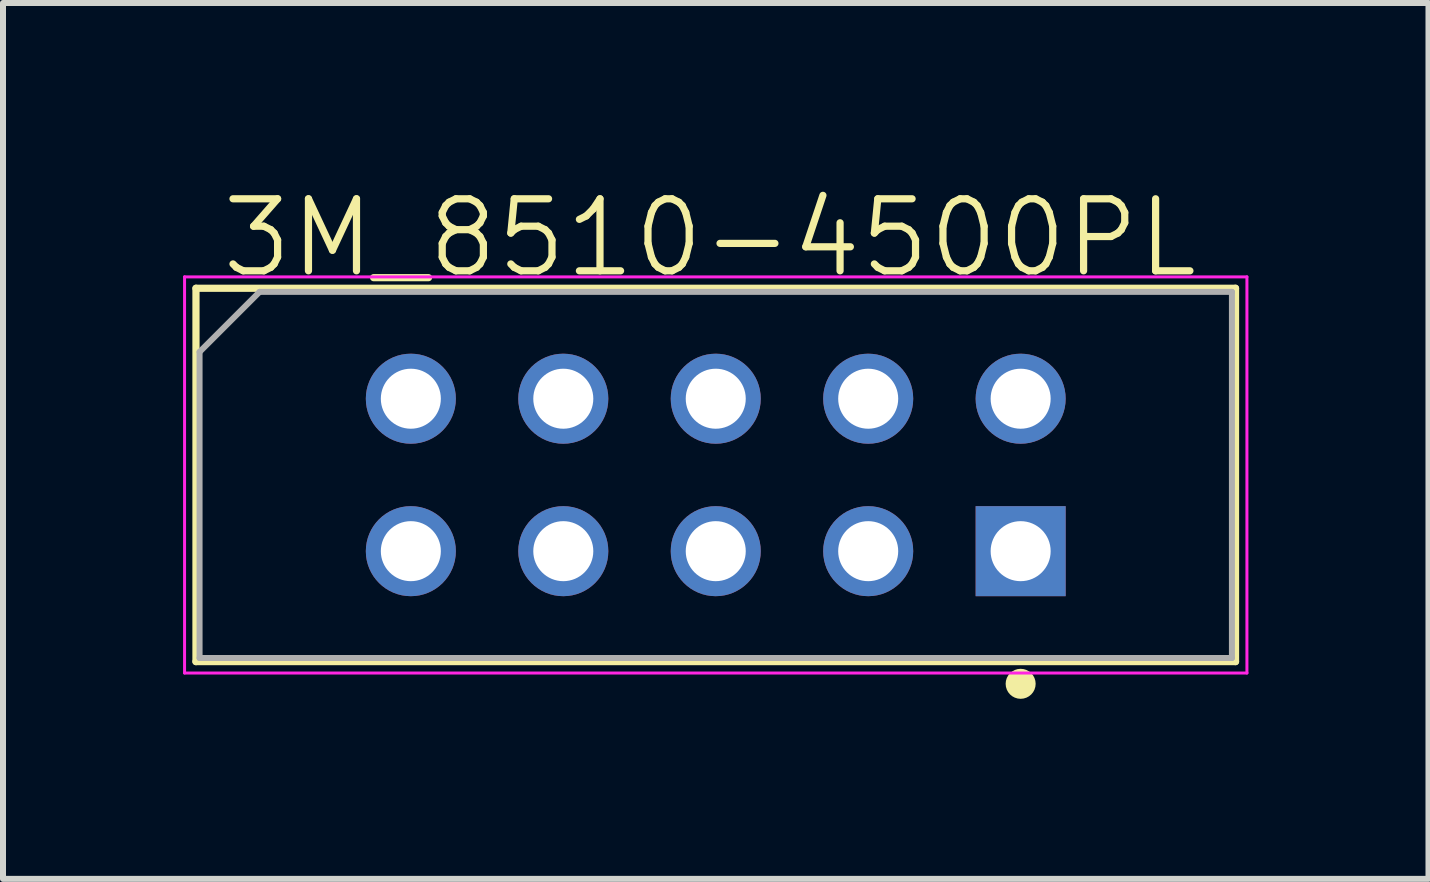
<source format=kicad_pcb>
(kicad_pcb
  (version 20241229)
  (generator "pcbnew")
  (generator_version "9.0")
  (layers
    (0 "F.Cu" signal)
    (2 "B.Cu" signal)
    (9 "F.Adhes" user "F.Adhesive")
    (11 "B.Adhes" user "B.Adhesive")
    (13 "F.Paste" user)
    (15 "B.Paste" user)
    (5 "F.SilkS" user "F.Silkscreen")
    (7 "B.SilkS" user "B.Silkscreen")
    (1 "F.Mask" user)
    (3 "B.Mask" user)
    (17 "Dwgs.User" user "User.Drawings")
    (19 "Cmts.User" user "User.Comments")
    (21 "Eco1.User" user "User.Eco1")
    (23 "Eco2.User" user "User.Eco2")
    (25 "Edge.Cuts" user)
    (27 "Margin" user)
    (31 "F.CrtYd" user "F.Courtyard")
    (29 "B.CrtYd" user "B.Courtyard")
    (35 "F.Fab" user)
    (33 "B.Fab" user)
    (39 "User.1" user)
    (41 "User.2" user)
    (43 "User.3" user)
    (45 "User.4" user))
  (footprint "3M_8510-4500PL"
    (layer "F.Cu")
    (at 8.875 4.863)
    (property "Reference" "3M_8510-4500PL" (at -0.1 -3.95 0) (layer "F.SilkS") (effects (font (size 1.2 1.2) (thickness 0.12))))
    (attr through_hole)
    (fp_line (start -8.66 -3.11) (end 8.66 -3.11) (stroke (width 0.12) (type solid)) (layer "F.SilkS"))
    (fp_line (start -8.66 3.11) (end -8.66 -3.11) (stroke (width 0.12) (type solid)) (layer "F.SilkS"))
    (fp_line (start 8.66 -3.11) (end 8.66 3.11) (stroke (width 0.12) (type solid)) (layer "F.SilkS"))
    (fp_line (start 8.66 3.11) (end -8.66 3.11) (stroke (width 0.12) (type solid)) (layer "F.SilkS"))
    (fp_circle (center 5.08 3.48) (end 5.08 3.605) (stroke (width 0.25) (type solid)) (fill no) (layer "F.SilkS"))
    (fp_line (start -8.85 -3.3) (end 8.85 -3.3) (stroke (width 0.05) (type solid)) (layer "F.CrtYd"))
    (fp_line (start -8.85 3.3) (end -8.85 -3.3) (stroke (width 0.05) (type solid)) (layer "F.CrtYd"))
    (fp_line (start 8.85 -3.3) (end 8.85 3.3) (stroke (width 0.05) (type solid)) (layer "F.CrtYd"))
    (fp_line (start 8.85 3.3) (end -8.85 3.3) (stroke (width 0.05) (type solid)) (layer "F.CrtYd"))
    (fp_line (start -8.6 -2.05) (end -7.6 -3.05) (stroke (width 0.1) (type solid)) (layer "F.Fab"))
    (fp_line (start -8.6 3.05) (end -8.6 -2.05) (stroke (width 0.1) (type solid)) (layer "F.Fab"))
    (fp_line (start -7.6 -3.05) (end 8.6 -3.05) (stroke (width 0.1) (type solid)) (layer "F.Fab"))
    (fp_line (start 8.6 -3.05) (end 8.6 3.05) (stroke (width 0.1) (type solid)) (layer "F.Fab"))
    (fp_line (start 8.6 3.05) (end -8.6 3.05) (stroke (width 0.1) (type solid)) (layer "F.Fab"))
    (pad "1" thru_hole rect (at 5.08 1.27) (size 1.5 1.5) (drill 1) (layers "*.Cu" "*.Paste" "*.Mask"))
    (pad "2" thru_hole circle (at 5.08 -1.27) (size 1.5 1.5) (drill 1) (layers "*.Cu" "*.Paste" "*.Mask"))
    (pad "3" thru_hole circle (at 2.54 1.27) (size 1.5 1.5) (drill 1) (layers "*.Cu" "*.Paste" "*.Mask"))
    (pad "4" thru_hole circle (at 2.54 -1.27) (size 1.5 1.5) (drill 1) (layers "*.Cu" "*.Paste" "*.Mask"))
    (pad "5" thru_hole circle (at 0 1.27) (size 1.5 1.5) (drill 1) (layers "*.Cu" "*.Paste" "*.Mask"))
    (pad "6" thru_hole circle (at 0 -1.27) (size 1.5 1.5) (drill 1) (layers "*.Cu" "*.Paste" "*.Mask"))
    (pad "7" thru_hole circle (at -2.54 1.27) (size 1.5 1.5) (drill 1) (layers "*.Cu" "*.Paste" "*.Mask"))
    (pad "8" thru_hole circle (at -2.54 -1.27) (size 1.5 1.5) (drill 1) (layers "*.Cu" "*.Paste" "*.Mask"))
    (pad "9" thru_hole circle (at -5.08 1.27) (size 1.5 1.5) (drill 1) (layers "*.Cu" "*.Paste" "*.Mask"))
    (pad "10" thru_hole circle (at -5.08 -1.27) (size 1.5 1.5) (drill 1) (layers "*.Cu" "*.Paste" "*.Mask")))
  (gr_rect
    (start -3 -3)
    (end 20.75 11.593)
    (stroke (width 0.1) (type default))
    (fill no)
    (layer "Edge.Cuts")))
</source>
